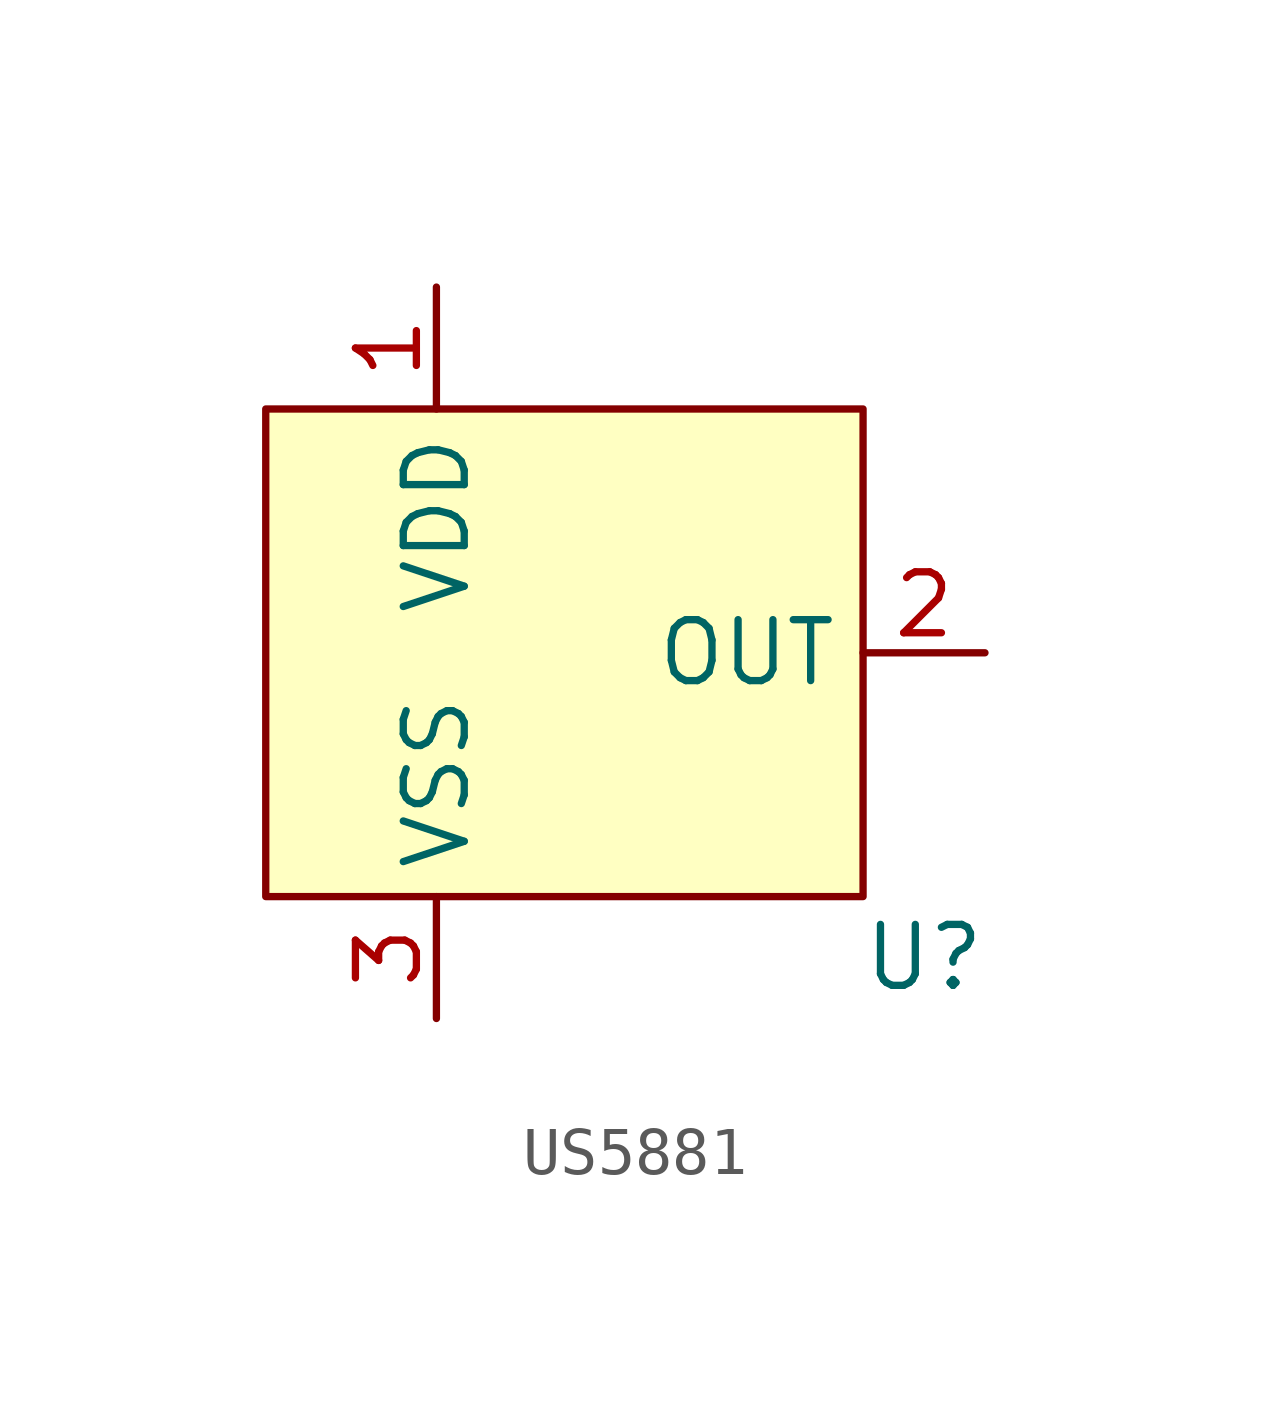
<source format=kicad_sym>
(kicad_symbol_lib
  (version 20231120)
  (generator "kicad_symbol_editor")
  (generator_version "8.0")
  (symbol "US5881"
    (property "Reference" "U"
      (at 7.62 -6.35 0)
      (effects (font (size 1.27 1.27))))
    (property "Value" ""
      (at 1.27 0 0)
      (effects (font (size 1.27 1.27))))
    (symbol "US5881_1_1"
      (rectangle (start -6.096 5.08) (end 6.35 -5.08) (stroke (width 0) (type default)) (fill (type background)))
      (pin input line (at -2.54 7.62 270) (length 2.54) (name "VDD" (effects (font (size 1.27 1.27)))) (number "1" (effects (font (size 1.27 1.27)))))
      (pin input line (at 8.89 0 180) (length 2.54) (name "OUT" (effects (font (size 1.27 1.27)))) (number "2" (effects (font (size 1.27 1.27)))))
      (pin input line (at -2.54 -7.62 90) (length 2.54) (name "VSS" (effects (font (size 1.27 1.27)))) (number "3" (effects (font (size 1.27 1.27))))))))
</source>
